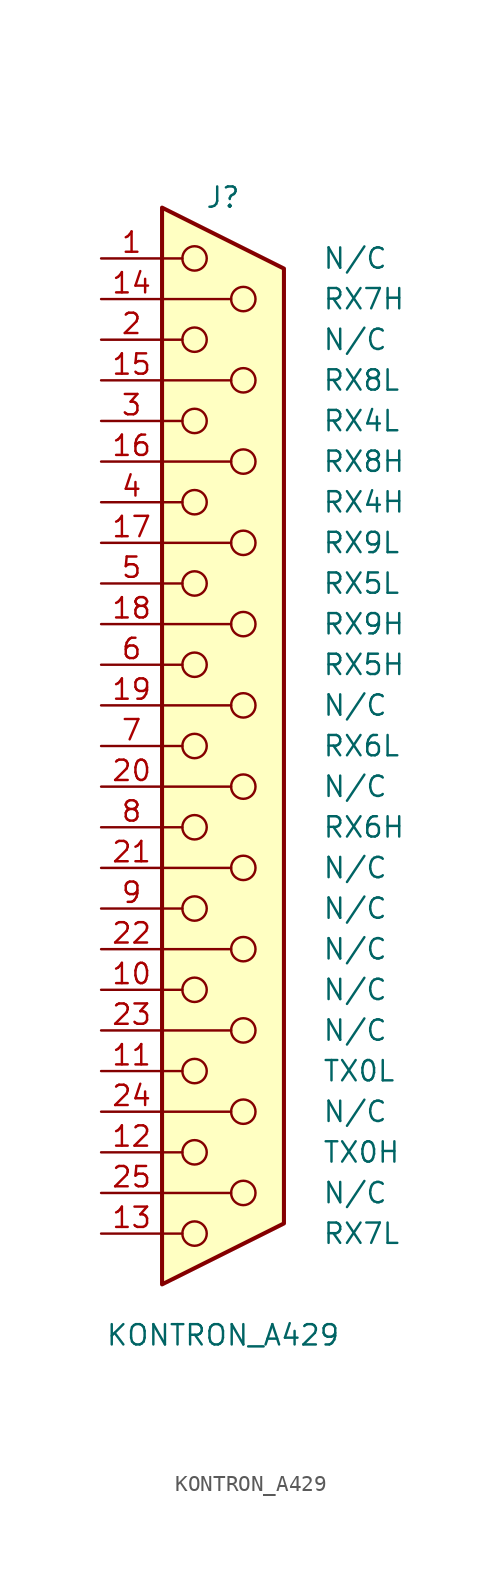
<source format=kicad_sym>
(kicad_symbol_lib
  (version 20211014)
  (generator kicad_symbol_editor)
  (symbol "KONTRON_A429"
    (pin_names
      (offset 10.008))
    (property "Reference" "J"
      (at 0 34.29 0)
      (effects (font (size 1.27 1.27))))
    (property "Value" "KONTRON_A429"
      (at 0 -36.83 0)
      (effects (font (size 1.27 1.27))))
    (symbol "KONTRON_A429_0_1"
      (circle (center -1.778 -30.48) (radius 0.762) (stroke (width 0) (type default) (color 0 0 0 0)) (fill (type none)))
      (circle (center -1.778 -25.4) (radius 0.762) (stroke (width 0) (type default) (color 0 0 0 0)) (fill (type none)))
      (circle (center -1.778 -20.32) (radius 0.762) (stroke (width 0) (type default) (color 0 0 0 0)) (fill (type none)))
      (circle (center -1.778 -15.24) (radius 0.762) (stroke (width 0) (type default) (color 0 0 0 0)) (fill (type none)))
      (circle (center -1.778 -10.16) (radius 0.762) (stroke (width 0) (type default) (color 0 0 0 0)) (fill (type none)))
      (circle (center -1.778 -5.08) (radius 0.762) (stroke (width 0) (type default) (color 0 0 0 0)) (fill (type none)))
      (circle (center -1.778 0) (radius 0.762) (stroke (width 0) (type default) (color 0 0 0 0)) (fill (type none)))
      (circle (center -1.778 5.08) (radius 0.762) (stroke (width 0) (type default) (color 0 0 0 0)) (fill (type none)))
      (circle (center -1.778 10.16) (radius 0.762) (stroke (width 0) (type default) (color 0 0 0 0)) (fill (type none)))
      (circle (center -1.778 15.24) (radius 0.762) (stroke (width 0) (type default) (color 0 0 0 0)) (fill (type none)))
      (circle (center -1.778 20.32) (radius 0.762) (stroke (width 0) (type default) (color 0 0 0 0)) (fill (type none)))
      (circle (center -1.778 25.4) (radius 0.762) (stroke (width 0) (type default) (color 0 0 0 0)) (fill (type none)))
      (circle (center -1.778 30.48) (radius 0.762) (stroke (width 0) (type default) (color 0 0 0 0)) (fill (type none)))
      (polyline (pts (xy -3.81 -30.48) (xy -2.54 -30.48)) (stroke (width 0) (type default) (color 0 0 0 0)) (fill (type none)))
      (polyline (pts (xy -3.81 -27.94) (xy 0.508 -27.94)) (stroke (width 0) (type default) (color 0 0 0 0)) (fill (type none)))
      (polyline (pts (xy -3.81 -25.4) (xy -2.54 -25.4)) (stroke (width 0) (type default) (color 0 0 0 0)) (fill (type none)))
      (polyline (pts (xy -3.81 -22.86) (xy 0.508 -22.86)) (stroke (width 0) (type default) (color 0 0 0 0)) (fill (type none)))
      (polyline (pts (xy -3.81 -20.32) (xy -2.54 -20.32)) (stroke (width 0) (type default) (color 0 0 0 0)) (fill (type none)))
      (polyline (pts (xy -3.81 -17.78) (xy 0.508 -17.78)) (stroke (width 0) (type default) (color 0 0 0 0)) (fill (type none)))
      (polyline (pts (xy -3.81 -15.24) (xy -2.54 -15.24)) (stroke (width 0) (type default) (color 0 0 0 0)) (fill (type none)))
      (polyline (pts (xy -3.81 -12.7) (xy 0.508 -12.7)) (stroke (width 0) (type default) (color 0 0 0 0)) (fill (type none)))
      (polyline (pts (xy -3.81 -10.16) (xy -2.54 -10.16)) (stroke (width 0) (type default) (color 0 0 0 0)) (fill (type none)))
      (polyline (pts (xy -3.81 -7.62) (xy 0.508 -7.62)) (stroke (width 0) (type default) (color 0 0 0 0)) (fill (type none)))
      (polyline (pts (xy -3.81 -5.08) (xy -2.54 -5.08)) (stroke (width 0) (type default) (color 0 0 0 0)) (fill (type none)))
      (polyline (pts (xy -3.81 -2.54) (xy 0.508 -2.54)) (stroke (width 0) (type default) (color 0 0 0 0)) (fill (type none)))
      (polyline (pts (xy -3.81 0) (xy -2.54 0)) (stroke (width 0) (type default) (color 0 0 0 0)) (fill (type none)))
      (polyline (pts (xy -3.81 2.54) (xy 0.508 2.54)) (stroke (width 0) (type default) (color 0 0 0 0)) (fill (type none)))
      (polyline (pts (xy -3.81 5.08) (xy -2.54 5.08)) (stroke (width 0) (type default) (color 0 0 0 0)) (fill (type none)))
      (polyline (pts (xy -3.81 7.62) (xy 0.508 7.62)) (stroke (width 0) (type default) (color 0 0 0 0)) (fill (type none)))
      (polyline (pts (xy -3.81 10.16) (xy -2.54 10.16)) (stroke (width 0) (type default) (color 0 0 0 0)) (fill (type none)))
      (polyline (pts (xy -3.81 12.7) (xy 0.508 12.7)) (stroke (width 0) (type default) (color 0 0 0 0)) (fill (type none)))
      (polyline (pts (xy -3.81 15.24) (xy -2.54 15.24)) (stroke (width 0) (type default) (color 0 0 0 0)) (fill (type none)))
      (polyline (pts (xy -3.81 17.78) (xy 0.508 17.78)) (stroke (width 0) (type default) (color 0 0 0 0)) (fill (type none)))
      (polyline (pts (xy -3.81 20.32) (xy -2.54 20.32)) (stroke (width 0) (type default) (color 0 0 0 0)) (fill (type none)))
      (polyline (pts (xy -3.81 22.86) (xy 0.508 22.86)) (stroke (width 0) (type default) (color 0 0 0 0)) (fill (type none)))
      (polyline (pts (xy -3.81 25.4) (xy -2.54 25.4)) (stroke (width 0) (type default) (color 0 0 0 0)) (fill (type none)))
      (polyline (pts (xy -3.81 27.94) (xy 0.508 27.94)) (stroke (width 0) (type default) (color 0 0 0 0)) (fill (type none)))
      (polyline (pts (xy -3.81 30.48) (xy -2.54 30.48)) (stroke (width 0) (type default) (color 0 0 0 0)) (fill (type none)))
      (polyline (pts (xy -3.81 33.655) (xy 3.81 29.845) (xy 3.81 -29.845) (xy -3.81 -33.655) (xy -3.81 33.655)) (stroke (width 0.254) (type default) (color 0 0 0 0)) (fill (type background)))
      (circle (center 1.27 -27.94) (radius 0.762) (stroke (width 0) (type default) (color 0 0 0 0)) (fill (type none)))
      (circle (center 1.27 -22.86) (radius 0.762) (stroke (width 0) (type default) (color 0 0 0 0)) (fill (type none)))
      (circle (center 1.27 -17.78) (radius 0.762) (stroke (width 0) (type default) (color 0 0 0 0)) (fill (type none)))
      (circle (center 1.27 -12.7) (radius 0.762) (stroke (width 0) (type default) (color 0 0 0 0)) (fill (type none)))
      (circle (center 1.27 -7.62) (radius 0.762) (stroke (width 0) (type default) (color 0 0 0 0)) (fill (type none)))
      (circle (center 1.27 -2.54) (radius 0.762) (stroke (width 0) (type default) (color 0 0 0 0)) (fill (type none)))
      (circle (center 1.27 2.54) (radius 0.762) (stroke (width 0) (type default) (color 0 0 0 0)) (fill (type none)))
      (circle (center 1.27 7.62) (radius 0.762) (stroke (width 0) (type default) (color 0 0 0 0)) (fill (type none)))
      (circle (center 1.27 12.7) (radius 0.762) (stroke (width 0) (type default) (color 0 0 0 0)) (fill (type none)))
      (circle (center 1.27 17.78) (radius 0.762) (stroke (width 0) (type default) (color 0 0 0 0)) (fill (type none)))
      (circle (center 1.27 22.86) (radius 0.762) (stroke (width 0) (type default) (color 0 0 0 0)) (fill (type none)))
      (circle (center 1.27 27.94) (radius 0.762) (stroke (width 0) (type default) (color 0 0 0 0)) (fill (type none))))
    (symbol "KONTRON_A429_1_1"
      (pin passive line (at -7.62 30.48 0) (length 3.81) (name "N/C" (effects (font (size 1.27 1.27)))) (number "1" (effects (font (size 1.27 1.27)))))
      (pin passive line (at -7.62 -15.24 0) (length 3.81) (name "N/C" (effects (font (size 1.27 1.27)))) (number "10" (effects (font (size 1.27 1.27)))))
      (pin passive line (at -7.62 -20.32 0) (length 3.81) (name "TX0L" (effects (font (size 1.27 1.27)))) (number "11" (effects (font (size 1.27 1.27)))))
      (pin passive line (at -7.62 -25.4 0) (length 3.81) (name "TX0H" (effects (font (size 1.27 1.27)))) (number "12" (effects (font (size 1.27 1.27)))))
      (pin passive line (at -7.62 -30.48 0) (length 3.81) (name "RX7L" (effects (font (size 1.27 1.27)))) (number "13" (effects (font (size 1.27 1.27)))))
      (pin passive line (at -7.62 27.94 0) (length 3.81) (name "RX7H" (effects (font (size 1.27 1.27)))) (number "14" (effects (font (size 1.27 1.27)))))
      (pin passive line (at -7.62 22.86 0) (length 3.81) (name "RX8L" (effects (font (size 1.27 1.27)))) (number "15" (effects (font (size 1.27 1.27)))))
      (pin passive line (at -7.62 17.78 0) (length 3.81) (name "RX8H" (effects (font (size 1.27 1.27)))) (number "16" (effects (font (size 1.27 1.27)))))
      (pin passive line (at -7.62 12.7 0) (length 3.81) (name "RX9L" (effects (font (size 1.27 1.27)))) (number "17" (effects (font (size 1.27 1.27)))))
      (pin passive line (at -7.62 7.62 0) (length 3.81) (name "RX9H" (effects (font (size 1.27 1.27)))) (number "18" (effects (font (size 1.27 1.27)))))
      (pin passive line (at -7.62 2.54 0) (length 3.81) (name "N/C" (effects (font (size 1.27 1.27)))) (number "19" (effects (font (size 1.27 1.27)))))
      (pin passive line (at -7.62 25.4 0) (length 3.81) (name "N/C" (effects (font (size 1.27 1.27)))) (number "2" (effects (font (size 1.27 1.27)))))
      (pin passive line (at -7.62 -2.54 0) (length 3.81) (name "N/C" (effects (font (size 1.27 1.27)))) (number "20" (effects (font (size 1.27 1.27)))))
      (pin passive line (at -7.62 -7.62 0) (length 3.81) (name "N/C" (effects (font (size 1.27 1.27)))) (number "21" (effects (font (size 1.27 1.27)))))
      (pin passive line (at -7.62 -12.7 0) (length 3.81) (name "N/C" (effects (font (size 1.27 1.27)))) (number "22" (effects (font (size 1.27 1.27)))))
      (pin passive line (at -7.62 -17.78 0) (length 3.81) (name "N/C" (effects (font (size 1.27 1.27)))) (number "23" (effects (font (size 1.27 1.27)))))
      (pin passive line (at -7.62 -22.86 0) (length 3.81) (name "N/C" (effects (font (size 1.27 1.27)))) (number "24" (effects (font (size 1.27 1.27)))))
      (pin passive line (at -7.62 -27.94 0) (length 3.81) (name "N/C" (effects (font (size 1.27 1.27)))) (number "25" (effects (font (size 1.27 1.27)))))
      (pin passive line (at -7.62 20.32 0) (length 3.81) (name "RX4L" (effects (font (size 1.27 1.27)))) (number "3" (effects (font (size 1.27 1.27)))))
      (pin passive line (at -7.62 15.24 0) (length 3.81) (name "RX4H" (effects (font (size 1.27 1.27)))) (number "4" (effects (font (size 1.27 1.27)))))
      (pin passive line (at -7.62 10.16 0) (length 3.81) (name "RX5L" (effects (font (size 1.27 1.27)))) (number "5" (effects (font (size 1.27 1.27)))))
      (pin passive line (at -7.62 5.08 0) (length 3.81) (name "RX5H" (effects (font (size 1.27 1.27)))) (number "6" (effects (font (size 1.27 1.27)))))
      (pin passive line (at -7.62 0 0) (length 3.81) (name "RX6L" (effects (font (size 1.27 1.27)))) (number "7" (effects (font (size 1.27 1.27)))))
      (pin passive line (at -7.62 -5.08 0) (length 3.81) (name "RX6H" (effects (font (size 1.27 1.27)))) (number "8" (effects (font (size 1.27 1.27)))))
      (pin passive line (at -7.62 -10.16 0) (length 3.81) (name "N/C" (effects (font (size 1.27 1.27)))) (number "9" (effects (font (size 1.27 1.27))))))))
</source>
